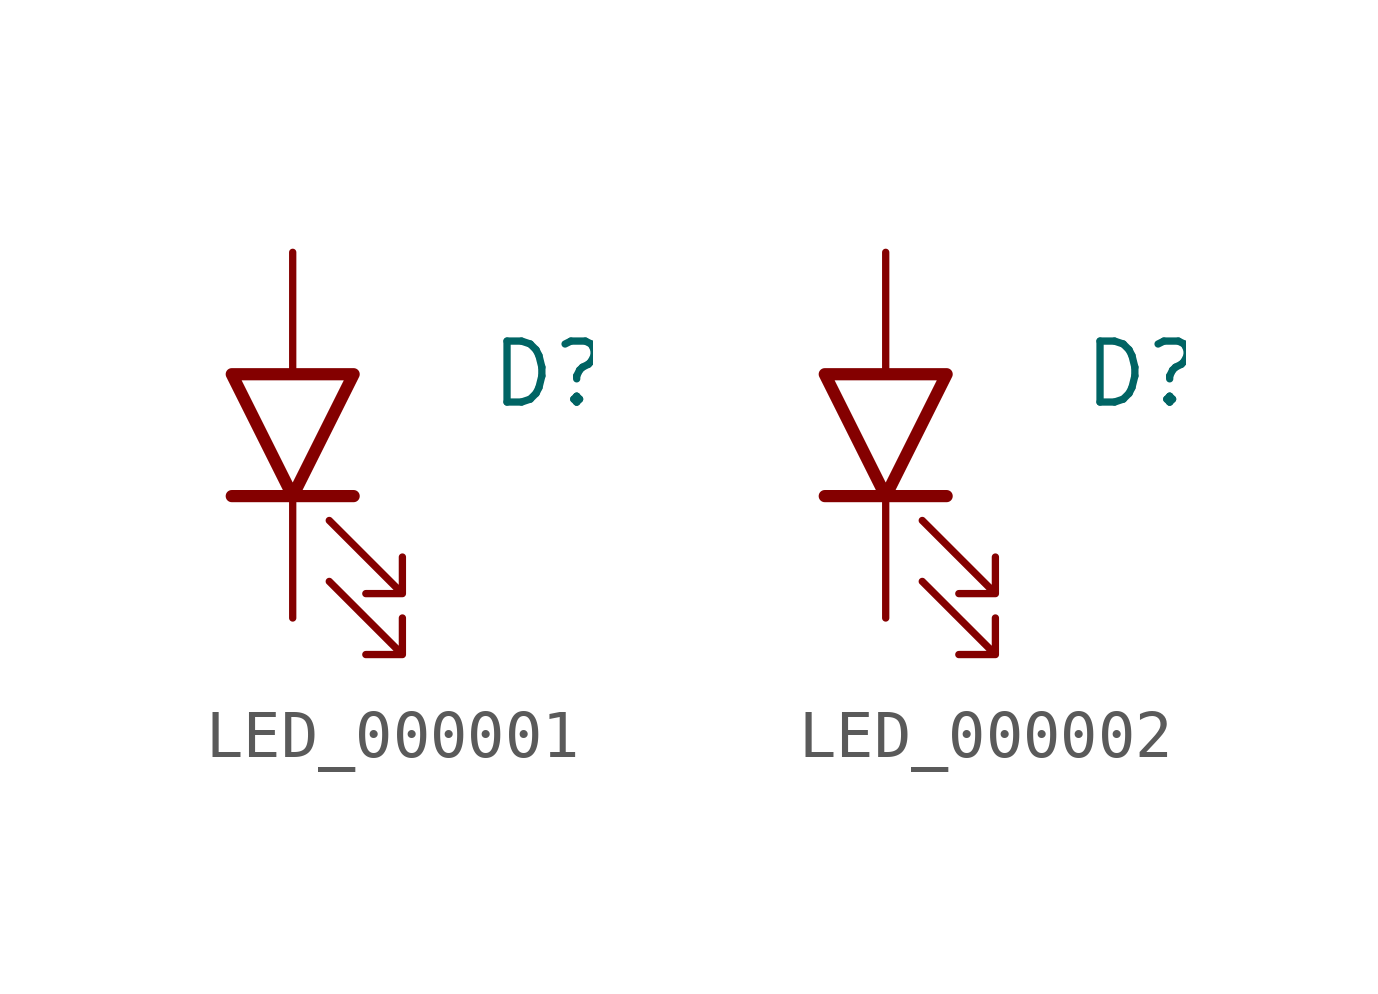
<source format=kicad_sym>
(kicad_symbol_lib
  (version 20231120)
  (generator "kicad_symbol_editor")
  (generator_version "8.0")
  (symbol "LED_000001"
    (pin_numbers hide)
    (pin_names
      (offset 1.016) hide)
    (property "Reference" "D"
      (at 4.064 1.27 0)
      (effects (font (size 1.27 1.27)) (justify left)))
    (symbol "LED_000001_0_1"
      (polyline (pts (xy 1.27 -1.27) (xy -1.27 -1.27)) (stroke (width 0.254) (type default)) (fill (type none)))
      (polyline (pts (xy 1.27 1.27) (xy -1.27 1.27) (xy 0 -1.27) (xy 1.27 1.27)) (stroke (width 0.254) (type default)) (fill (type none)))
      (polyline (pts (xy 0.762 -3.048) (xy 2.286 -4.572) (xy 2.286 -3.81) (xy 2.286 -4.572) (xy 1.524 -4.572)) (stroke (width 0) (type default)) (fill (type none)))
      (polyline (pts (xy 0.762 -1.778) (xy 2.286 -3.302) (xy 2.286 -2.54) (xy 2.286 -3.302) (xy 1.524 -3.302)) (stroke (width 0) (type default)) (fill (type none))))
    (symbol "LED_000001_1_1"
      (pin passive line (at 0 -3.81 90) (length 2.54) (name "K" (effects (font (size 1.27 1.27)))) (number "1" (effects (font (size 1.27 1.27)))))
      (pin passive line (at 0 3.81 270) (length 2.54) (name "A" (effects (font (size 1.27 1.27)))) (number "2" (effects (font (size 1.27 1.27)))))))
  (symbol "LED_000002"
    (pin_numbers hide)
    (pin_names
      (offset 1.016) hide)
    (property "Reference" "D"
      (at 4.064 1.27 0)
      (effects (font (size 1.27 1.27)) (justify left)))
    (symbol "LED_000002_0_1"
      (polyline (pts (xy 1.27 -1.27) (xy -1.27 -1.27)) (stroke (width 0.254) (type default)) (fill (type none)))
      (polyline (pts (xy 1.27 1.27) (xy -1.27 1.27) (xy 0 -1.27) (xy 1.27 1.27)) (stroke (width 0.254) (type default)) (fill (type none)))
      (polyline (pts (xy 0.762 -3.048) (xy 2.286 -4.572) (xy 2.286 -3.81) (xy 2.286 -4.572) (xy 1.524 -4.572)) (stroke (width 0) (type default)) (fill (type none)))
      (polyline (pts (xy 0.762 -1.778) (xy 2.286 -3.302) (xy 2.286 -2.54) (xy 2.286 -3.302) (xy 1.524 -3.302)) (stroke (width 0) (type default)) (fill (type none))))
    (symbol "LED_000002_1_1"
      (pin passive line (at 0 -3.81 90) (length 2.54) (name "K" (effects (font (size 1.27 1.27)))) (number "1" (effects (font (size 1.27 1.27)))))
      (pin passive line (at 0 3.81 270) (length 2.54) (name "A" (effects (font (size 1.27 1.27)))) (number "2" (effects (font (size 1.27 1.27))))))))
</source>
